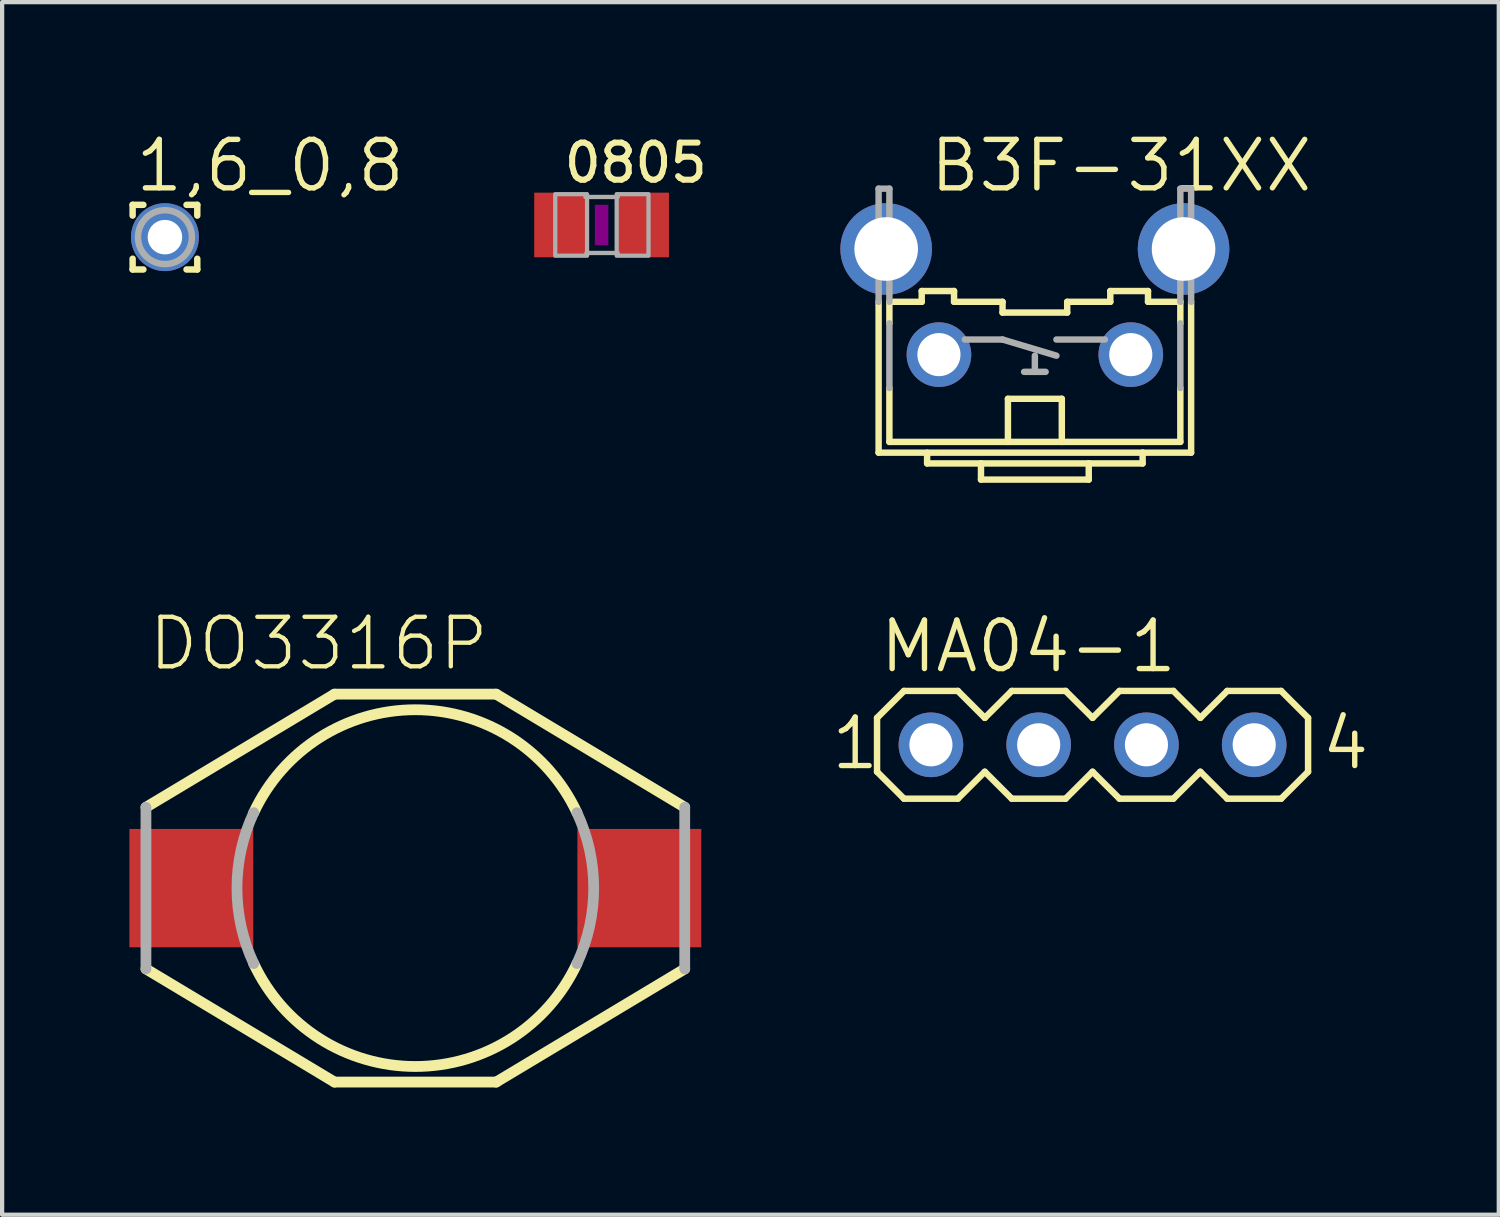
<source format=kicad_pcb>
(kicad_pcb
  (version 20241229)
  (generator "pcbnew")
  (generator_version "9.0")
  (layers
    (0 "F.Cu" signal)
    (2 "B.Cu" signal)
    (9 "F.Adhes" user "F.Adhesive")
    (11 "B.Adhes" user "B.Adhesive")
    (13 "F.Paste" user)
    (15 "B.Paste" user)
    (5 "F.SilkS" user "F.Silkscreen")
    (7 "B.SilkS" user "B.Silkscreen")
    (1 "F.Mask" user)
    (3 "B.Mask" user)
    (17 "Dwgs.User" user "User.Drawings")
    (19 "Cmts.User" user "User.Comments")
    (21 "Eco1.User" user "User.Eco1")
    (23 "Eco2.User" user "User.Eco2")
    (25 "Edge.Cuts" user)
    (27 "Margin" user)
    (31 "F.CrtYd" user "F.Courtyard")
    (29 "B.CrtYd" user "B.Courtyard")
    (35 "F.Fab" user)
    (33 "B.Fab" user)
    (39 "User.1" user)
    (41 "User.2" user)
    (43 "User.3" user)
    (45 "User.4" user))
  (footprint "1,6_0,8"
    (layer "F.Cu")
    (at 0.838 2.54)
    (property "Reference" "1,6_0,8" (at -0.762 -1.016 0) (unlocked yes) (layer "F.SilkS") (effects (font (size 1.143 1.143) (thickness 0.127)) (justify left bottom)))
    (fp_line (start -0.762 -0.762) (end -0.762 -0.508) (stroke (width 0.152) (type solid)) (layer "F.SilkS"))
    (fp_line (start -0.762 -0.762) (end -0.508 -0.762) (stroke (width 0.152) (type solid)) (layer "F.SilkS"))
    (fp_line (start -0.762 0.762) (end -0.762 0.508) (stroke (width 0.152) (type solid)) (layer "F.SilkS"))
    (fp_line (start -0.508 0.762) (end -0.762 0.762) (stroke (width 0.152) (type solid)) (layer "F.SilkS"))
    (fp_line (start 0.762 -0.762) (end 0.508 -0.762) (stroke (width 0.152) (type solid)) (layer "F.SilkS"))
    (fp_line (start 0.762 -0.762) (end 0.762 -0.508) (stroke (width 0.152) (type solid)) (layer "F.SilkS"))
    (fp_line (start 0.762 0.508) (end 0.762 0.762) (stroke (width 0.152) (type solid)) (layer "F.SilkS"))
    (fp_line (start 0.762 0.762) (end 0.508 0.762) (stroke (width 0.152) (type solid)) (layer "F.SilkS"))
    (fp_circle (center 0 0) (end 0.635 0) (stroke (width 0.152) (type solid)) (fill no) (layer "F.Fab"))
    (pad "1" thru_hole circle (at 0 0) (size 1.6 1.6) (drill 0.813) (layers "*.Cu" "*.Mask")))
  (footprint "MA04-1"
    (layer "F.Cu")
    (at 22.703 14.506)
    (property "Reference" "MA04-1" (at -5.08 -1.651 0) (unlocked yes) (layer "F.SilkS") (effects (font (size 1.143 1.143) (thickness 0.127)) (justify left bottom)))
    (fp_line (start -5.08 -0.635) (end -5.08 0.635) (stroke (width 0.152) (type solid)) (layer "F.SilkS"))
    (fp_line (start -5.08 0.635) (end -4.445 1.27) (stroke (width 0.152) (type solid)) (layer "F.SilkS"))
    (fp_line (start -4.445 -1.27) (end -5.08 -0.635) (stroke (width 0.152) (type solid)) (layer "F.SilkS"))
    (fp_line (start -4.445 -1.27) (end -3.175 -1.27) (stroke (width 0.152) (type solid)) (layer "F.SilkS"))
    (fp_line (start -3.175 -1.27) (end -2.54 -0.635) (stroke (width 0.152) (type solid)) (layer "F.SilkS"))
    (fp_line (start -3.175 1.27) (end -4.445 1.27) (stroke (width 0.152) (type solid)) (layer "F.SilkS"))
    (fp_line (start -2.54 -0.635) (end -1.905 -1.27) (stroke (width 0.152) (type solid)) (layer "F.SilkS"))
    (fp_line (start -2.54 0.635) (end -3.175 1.27) (stroke (width 0.152) (type solid)) (layer "F.SilkS"))
    (fp_line (start -1.905 -1.27) (end -0.635 -1.27) (stroke (width 0.152) (type solid)) (layer "F.SilkS"))
    (fp_line (start -1.905 1.27) (end -2.54 0.635) (stroke (width 0.152) (type solid)) (layer "F.SilkS"))
    (fp_line (start -0.635 -1.27) (end 0 -0.635) (stroke (width 0.152) (type solid)) (layer "F.SilkS"))
    (fp_line (start -0.635 1.27) (end -1.905 1.27) (stroke (width 0.152) (type solid)) (layer "F.SilkS"))
    (fp_line (start 0 -0.635) (end 0.635 -1.27) (stroke (width 0.152) (type solid)) (layer "F.SilkS"))
    (fp_line (start 0 0.635) (end -0.635 1.27) (stroke (width 0.152) (type solid)) (layer "F.SilkS"))
    (fp_line (start 0.635 -1.27) (end 1.905 -1.27) (stroke (width 0.152) (type solid)) (layer "F.SilkS"))
    (fp_line (start 0.635 1.27) (end 0 0.635) (stroke (width 0.152) (type solid)) (layer "F.SilkS"))
    (fp_line (start 1.905 -1.27) (end 2.54 -0.635) (stroke (width 0.152) (type solid)) (layer "F.SilkS"))
    (fp_line (start 1.905 1.27) (end 0.635 1.27) (stroke (width 0.152) (type solid)) (layer "F.SilkS"))
    (fp_line (start 2.54 0.635) (end 1.905 1.27) (stroke (width 0.152) (type solid)) (layer "F.SilkS"))
    (fp_line (start 2.54 0.635) (end 3.175 1.27) (stroke (width 0.152) (type solid)) (layer "F.SilkS"))
    (fp_line (start 3.175 -1.27) (end 2.54 -0.635) (stroke (width 0.152) (type solid)) (layer "F.SilkS"))
    (fp_line (start 3.175 -1.27) (end 4.445 -1.27) (stroke (width 0.152) (type solid)) (layer "F.SilkS"))
    (fp_line (start 4.445 -1.27) (end 5.08 -0.635) (stroke (width 0.152) (type solid)) (layer "F.SilkS"))
    (fp_line (start 4.445 1.27) (end 3.175 1.27) (stroke (width 0.152) (type solid)) (layer "F.SilkS"))
    (fp_line (start 5.08 -0.635) (end 5.08 0.635) (stroke (width 0.152) (type solid)) (layer "F.SilkS"))
    (fp_line (start 5.08 0.635) (end 4.445 1.27) (stroke (width 0.152) (type solid)) (layer "F.SilkS"))
    (fp_poly (pts (xy -4.064 0.254) (xy -3.556 0.254) (xy -3.556 -0.254) (xy -4.064 -0.254)) (stroke (width 0.1) (type default)) (fill no) (layer "F.Fab"))
    (fp_poly (pts (xy -1.524 0.254) (xy -1.016 0.254) (xy -1.016 -0.254) (xy -1.524 -0.254)) (stroke (width 0.1) (type default)) (fill no) (layer "F.Fab"))
    (fp_poly (pts (xy 1.016 0.254) (xy 1.524 0.254) (xy 1.524 -0.254) (xy 1.016 -0.254)) (stroke (width 0.1) (type default)) (fill no) (layer "F.Fab"))
    (fp_poly (pts (xy 3.556 0.254) (xy 4.064 0.254) (xy 4.064 -0.254) (xy 3.556 -0.254)) (stroke (width 0.1) (type default)) (fill no) (layer "F.Fab"))
    (fp_text user "4" (at 5.334 0.635 0) (unlocked yes) (layer "F.SilkS") (effects (font (size 1.143 1.143) (thickness 0.127)) (justify left bottom)))
    (fp_text user "1" (at -6.223 0.635 0) (unlocked yes) (layer "F.SilkS") (effects (font (size 1.143 1.143) (thickness 0.127)) (justify left bottom)))
    (pad "1" thru_hole circle (at -3.81 0 90) (size 1.524 1.524) (drill 1.016) (layers "*.Cu" "*.Mask"))
    (pad "2" thru_hole circle (at -1.27 0 90) (size 1.524 1.524) (drill 1.016) (layers "*.Cu" "*.Mask"))
    (pad "3" thru_hole circle (at 1.27 0 90) (size 1.524 1.524) (drill 1.016) (layers "*.Cu" "*.Mask"))
    (pad "4" thru_hole circle (at 3.81 0 90) (size 1.524 1.524) (drill 1.016) (layers "*.Cu" "*.Mask")))
  (footprint "B3F-31XX"
    (layer "F.Cu")
    (at 21.343 4.064)
    (property "Reference" "B3F-31XX" (at -2.54 -2.54 0) (unlocked yes) (layer "F.SilkS") (effects (font (size 1.143 1.143) (thickness 0.127)) (justify left bottom)))
    (fp_line (start -3.683 0) (end -3.683 3.556) (stroke (width 0.152) (type solid)) (layer "F.SilkS"))
    (fp_line (start -3.429 0) (end -2.667 0) (stroke (width 0.152) (type solid)) (layer "F.SilkS"))
    (fp_line (start -3.429 0.508) (end -3.429 0) (stroke (width 0.152) (type solid)) (layer "F.SilkS"))
    (fp_line (start -3.429 2.032) (end -3.429 3.302) (stroke (width 0.152) (type solid)) (layer "F.SilkS"))
    (fp_line (start -3.429 3.302) (end -0.635 3.302) (stroke (width 0.152) (type solid)) (layer "F.SilkS"))
    (fp_line (start -2.667 -0.254) (end -2.667 0) (stroke (width 0.152) (type solid)) (layer "F.SilkS"))
    (fp_line (start -2.667 -0.254) (end -1.905 -0.254) (stroke (width 0.152) (type solid)) (layer "F.SilkS"))
    (fp_line (start -2.54 3.556) (end -2.54 3.81) (stroke (width 0.152) (type solid)) (layer "F.SilkS"))
    (fp_line (start -2.54 3.81) (end -1.27 3.81) (stroke (width 0.152) (type solid)) (layer "F.SilkS"))
    (fp_line (start -1.905 0) (end -1.905 -0.254) (stroke (width 0.152) (type solid)) (layer "F.SilkS"))
    (fp_line (start -1.905 0) (end -0.762 0) (stroke (width 0.152) (type solid)) (layer "F.SilkS"))
    (fp_line (start -1.27 3.81) (end -1.27 4.191) (stroke (width 0.152) (type solid)) (layer "F.SilkS"))
    (fp_line (start -1.27 3.81) (end 1.27 3.81) (stroke (width 0.152) (type solid)) (layer "F.SilkS"))
    (fp_line (start -1.27 4.191) (end 1.27 4.191) (stroke (width 0.152) (type solid)) (layer "F.SilkS"))
    (fp_line (start -0.762 0.254) (end -0.762 0) (stroke (width 0.152) (type solid)) (layer "F.SilkS"))
    (fp_line (start -0.762 0.254) (end 0.762 0.254) (stroke (width 0.152) (type solid)) (layer "F.SilkS"))
    (fp_line (start -0.635 2.286) (end 0.635 2.286) (stroke (width 0.152) (type solid)) (layer "F.SilkS"))
    (fp_line (start -0.635 3.302) (end -0.635 2.286) (stroke (width 0.152) (type solid)) (layer "F.SilkS"))
    (fp_line (start -0.635 3.302) (end 0.635 3.302) (stroke (width 0.152) (type solid)) (layer "F.SilkS"))
    (fp_line (start 0.635 3.302) (end 0.635 2.286) (stroke (width 0.152) (type solid)) (layer "F.SilkS"))
    (fp_line (start 0.635 3.302) (end 3.429 3.302) (stroke (width 0.152) (type solid)) (layer "F.SilkS"))
    (fp_line (start 0.762 0) (end 0.762 0.254) (stroke (width 0.152) (type solid)) (layer "F.SilkS"))
    (fp_line (start 0.762 0) (end 1.778 0) (stroke (width 0.152) (type solid)) (layer "F.SilkS"))
    (fp_line (start 1.27 3.81) (end 1.27 4.191) (stroke (width 0.152) (type solid)) (layer "F.SilkS"))
    (fp_line (start 1.27 3.81) (end 2.54 3.81) (stroke (width 0.152) (type solid)) (layer "F.SilkS"))
    (fp_line (start 1.778 -0.254) (end 2.667 -0.254) (stroke (width 0.152) (type solid)) (layer "F.SilkS"))
    (fp_line (start 1.778 0) (end 1.778 -0.254) (stroke (width 0.152) (type solid)) (layer "F.SilkS"))
    (fp_line (start 2.54 3.556) (end -3.683 3.556) (stroke (width 0.152) (type solid)) (layer "F.SilkS"))
    (fp_line (start 2.54 3.556) (end 2.54 3.81) (stroke (width 0.152) (type solid)) (layer "F.SilkS"))
    (fp_line (start 2.667 0) (end 2.667 -0.254) (stroke (width 0.152) (type solid)) (layer "F.SilkS"))
    (fp_line (start 2.667 0) (end 3.429 0) (stroke (width 0.152) (type solid)) (layer "F.SilkS"))
    (fp_line (start 3.429 0.508) (end 3.429 0) (stroke (width 0.152) (type solid)) (layer "F.SilkS"))
    (fp_line (start 3.429 2.032) (end 3.429 3.302) (stroke (width 0.152) (type solid)) (layer "F.SilkS"))
    (fp_line (start 3.683 0) (end 3.683 3.556) (stroke (width 0.152) (type solid)) (layer "F.SilkS"))
    (fp_line (start 3.683 3.556) (end 2.54 3.556) (stroke (width 0.152) (type solid)) (layer "F.SilkS"))
    (fp_line (start -3.683 -2.667) (end -3.429 -2.667) (stroke (width 0.152) (type solid)) (layer "F.Fab"))
    (fp_line (start -3.683 0) (end -3.683 -2.667) (stroke (width 0.152) (type solid)) (layer "F.Fab"))
    (fp_line (start -3.429 -2.667) (end -3.429 0) (stroke (width 0.152) (type solid)) (layer "F.Fab"))
    (fp_line (start -3.429 0.508) (end -3.429 2.032) (stroke (width 0.152) (type solid)) (layer "F.Fab"))
    (fp_line (start -1.651 0.889) (end -0.762 0.889) (stroke (width 0.152) (type solid)) (layer "F.Fab"))
    (fp_line (start -0.762 0.889) (end 0.508 1.27) (stroke (width 0.152) (type solid)) (layer "F.Fab"))
    (fp_line (start -0.254 1.651) (end 0 1.651) (stroke (width 0.152) (type solid)) (layer "F.Fab"))
    (fp_line (start 0 1.27) (end 0 1.651) (stroke (width 0.152) (type solid)) (layer "F.Fab"))
    (fp_line (start 0 1.651) (end 0.254 1.651) (stroke (width 0.152) (type solid)) (layer "F.Fab"))
    (fp_line (start 0.508 0.889) (end 1.651 0.889) (stroke (width 0.152) (type solid)) (layer "F.Fab"))
    (fp_line (start 3.429 -2.667) (end 3.683 -2.667) (stroke (width 0.152) (type solid)) (layer "F.Fab"))
    (fp_line (start 3.429 0) (end 3.429 -2.667) (stroke (width 0.152) (type solid)) (layer "F.Fab"))
    (fp_line (start 3.429 0.508) (end 3.429 2.032) (stroke (width 0.152) (type solid)) (layer "F.Fab"))
    (fp_line (start 3.683 -2.667) (end 3.683 0) (stroke (width 0.152) (type solid)) (layer "F.Fab"))
    (pad "1" thru_hole circle (at -2.261 1.245) (size 1.524 1.524) (drill 1.016) (layers "*.Cu" "*.Mask"))
    (pad "2" thru_hole circle (at 2.261 1.245) (size 1.524 1.524) (drill 1.016) (layers "*.Cu" "*.Mask"))
    (pad "3" thru_hole circle (at -3.505 -1.245) (size 2.159 2.159) (drill 1.499) (layers "*.Cu" "*.Mask"))
    (pad "4" thru_hole circle (at 3.505 -1.245) (size 2.159 2.159) (drill 1.499) (layers "*.Cu" "*.Mask")))
  (footprint "0805"
    (layer "F.Cu")
    (at 11.13 2.253)
    (property "Reference" "0805" (at -0.953 -0.953 0) (unlocked yes) (layer "F.SilkS") (effects (font (size 0.874 0.874) (thickness 0.142)) (justify left bottom)))
    (fp_poly (pts (xy -0.159 0.476) (xy 0.159 0.476) (xy 0.159 -0.476) (xy -0.159 -0.476)) (stroke (width 0) (type default)) (fill yes) (layer "F.Adhes"))
    (fp_line (start -0.381 -0.66) (end 0.381 -0.66) (stroke (width 0.102) (type solid)) (layer "F.Fab"))
    (fp_line (start -0.356 0.66) (end 0.381 0.66) (stroke (width 0.102) (type solid)) (layer "F.Fab"))
    (fp_poly (pts (xy -1.092 0.724) (xy -0.342 0.724) (xy -0.342 -0.726) (xy -1.092 -0.726)) (stroke (width 0.1) (type default)) (fill no) (layer "F.Fab"))
    (fp_poly (pts (xy 0.356 0.724) (xy 1.106 0.724) (xy 1.106 -0.726) (xy 0.356 -0.726)) (stroke (width 0.1) (type default)) (fill no) (layer "F.Fab"))
    (pad "1" smd rect (at -0.953 0) (size 1.27 1.524) (layers "F.Cu" "F.Mask" "F.Paste"))
    (pad "2" smd rect (at 0.953 0) (size 1.27 1.524) (layers "F.Cu" "F.Mask" "F.Paste")))
  (footprint "DO3316P"
    (layer "F.Cu")
    (at 6.74 17.884)
    (property "Reference" "DO3316P" (at -6.35 -5.08 0) (unlocked yes) (layer "F.SilkS") (effects (font (size 1.168 1.168) (thickness 0.102)) (justify left bottom)))
    (fp_line (start -6.35 -1.905) (end -1.905 -4.572) (stroke (width 0.254) (type solid)) (layer "F.SilkS"))
    (fp_line (start -6.35 1.905) (end -1.905 4.572) (stroke (width 0.254) (type solid)) (layer "F.SilkS"))
    (fp_line (start -1.905 -4.572) (end 1.905 -4.572) (stroke (width 0.254) (type solid)) (layer "F.SilkS"))
    (fp_line (start -1.905 4.572) (end 1.905 4.572) (stroke (width 0.254) (type solid)) (layer "F.SilkS"))
    (fp_line (start 6.35 -1.905) (end 1.905 -4.572) (stroke (width 0.254) (type solid)) (layer "F.SilkS"))
    (fp_line (start 6.35 1.905) (end 1.905 4.572) (stroke (width 0.254) (type solid)) (layer "F.SilkS"))
    (fp_arc (start -3.81 -1.778) (mid 0 -4.204448) (end 3.81 -1.778) (stroke (width 0.254) (type solid)) (layer "F.SilkS"))
    (fp_arc (start 3.81 1.778) (mid 0 4.204448) (end -3.81 1.778) (stroke (width 0.254) (type solid)) (layer "F.SilkS"))
    (fp_line (start -6.35 -1.905) (end -6.35 1.905) (stroke (width 0.254) (type solid)) (layer "F.Fab"))
    (fp_line (start 6.35 -1.905) (end 6.35 1.905) (stroke (width 0.254) (type solid)) (layer "F.Fab"))
    (fp_arc (start -3.81 1.778) (mid -4.204448 0) (end -3.81 -1.778) (stroke (width 0.254) (type solid)) (layer "F.Fab"))
    (fp_arc (start 3.81 -1.778) (mid 4.204448 0) (end 3.81 1.778) (stroke (width 0.254) (type solid)) (layer "F.Fab"))
    (pad "1" smd rect (at -5.28 0) (size 2.92 2.79) (layers "F.Cu" "F.Mask" "F.Paste"))
    (pad "2" smd rect (at 5.28 0) (size 2.92 2.79) (layers "F.Cu" "F.Mask" "F.Paste")))
  (gr_rect
    (start -3 -3)
    (end 32.278 25.583)
    (stroke (width 0.1) (type default))
    (fill no)
    (layer "Edge.Cuts")))
</source>
